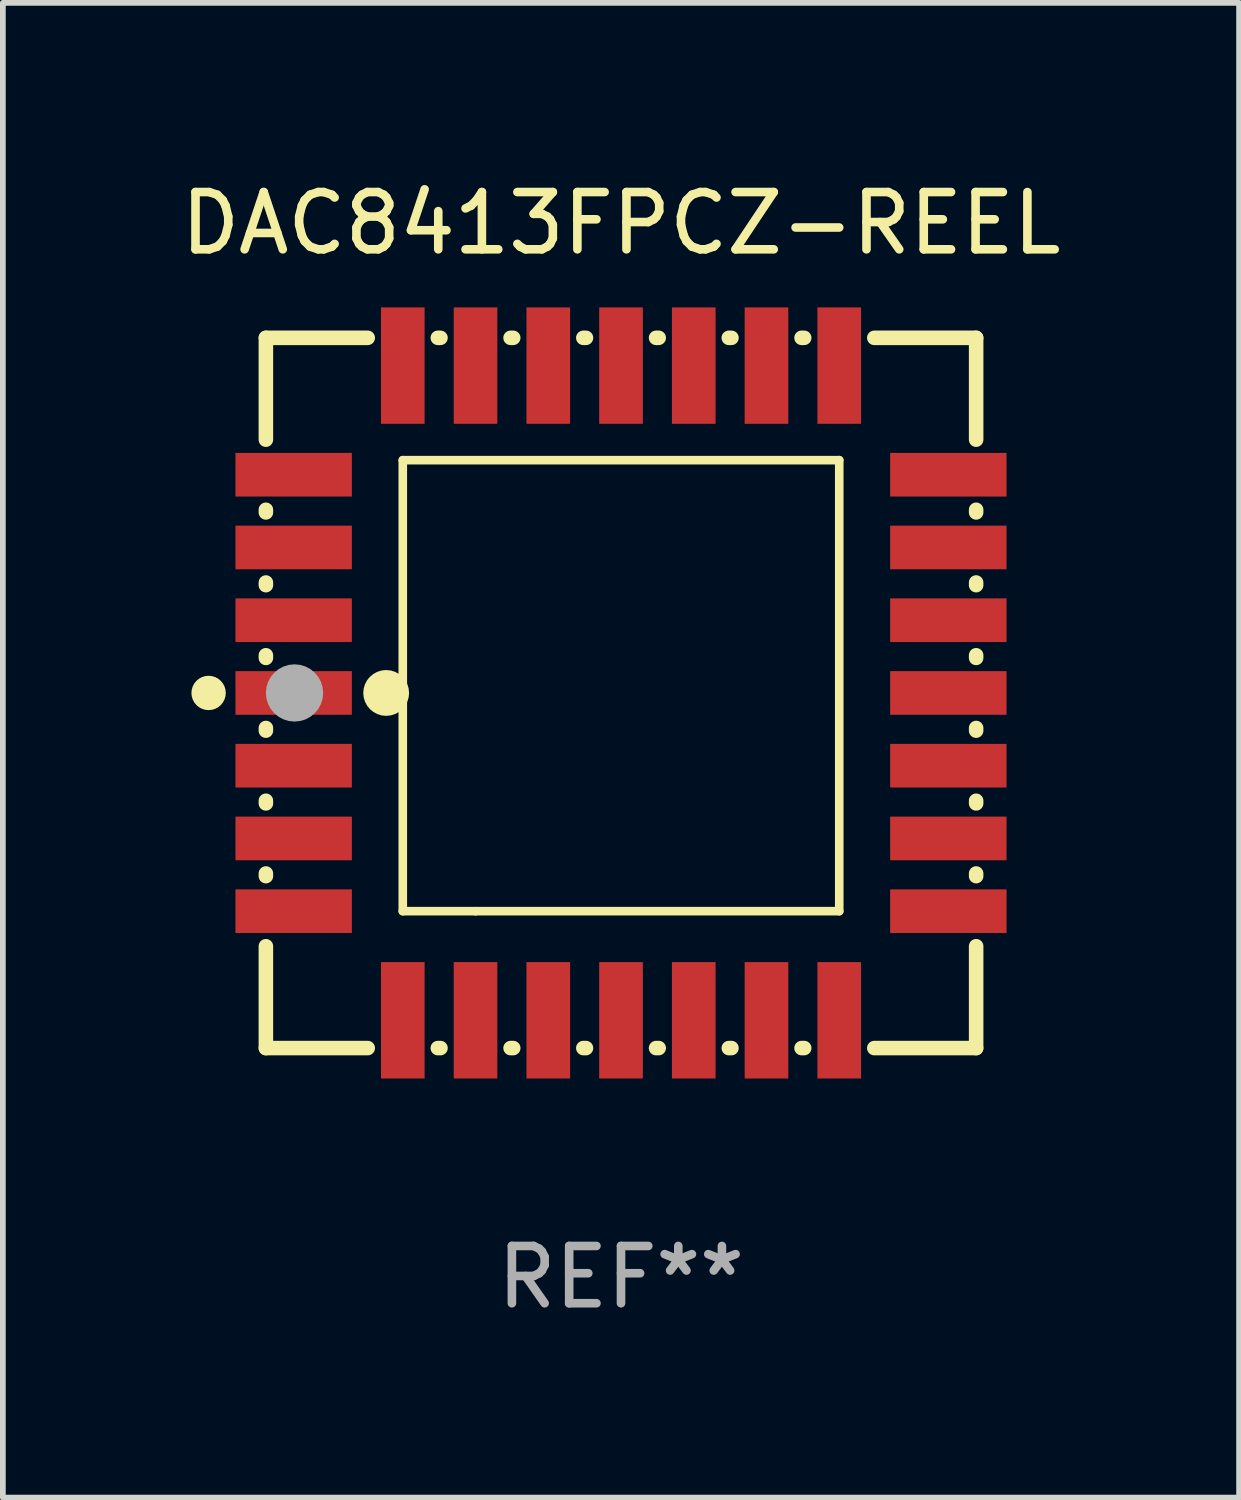
<source format=kicad_pcb>
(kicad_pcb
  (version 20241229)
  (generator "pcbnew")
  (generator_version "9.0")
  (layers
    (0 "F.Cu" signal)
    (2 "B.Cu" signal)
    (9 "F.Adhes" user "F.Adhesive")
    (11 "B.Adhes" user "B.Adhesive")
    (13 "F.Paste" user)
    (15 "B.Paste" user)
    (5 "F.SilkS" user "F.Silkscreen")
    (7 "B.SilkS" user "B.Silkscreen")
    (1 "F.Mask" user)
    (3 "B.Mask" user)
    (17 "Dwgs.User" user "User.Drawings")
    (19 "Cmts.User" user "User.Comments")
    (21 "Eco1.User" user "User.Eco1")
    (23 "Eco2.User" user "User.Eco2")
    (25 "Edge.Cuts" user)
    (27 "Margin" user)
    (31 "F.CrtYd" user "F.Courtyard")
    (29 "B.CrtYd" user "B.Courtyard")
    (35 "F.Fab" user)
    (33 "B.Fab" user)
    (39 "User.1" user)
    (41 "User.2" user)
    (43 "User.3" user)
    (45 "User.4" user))
  (footprint "DAC8413FPCZ-REEL"
    (layer "F.Cu")
    (at 7.792 9.048)
    (property "Reference" "DAC8413FPCZ-REEL" (at 0 -8.2 0) (layer "F.SilkS") (effects (font (size 1 1) (thickness 0.15))))
    (attr through_hole)
    (fp_line (start -6.2 -6.2) (end -4.422 -6.2) (stroke (width 0.254) (type solid)) (layer "F.SilkS"))
    (fp_line (start -6.2 -4.422) (end -6.2 -6.2) (stroke (width 0.254) (type solid)) (layer "F.SilkS"))
    (fp_line (start -6.2 -3.152) (end -6.2 -3.198) (stroke (width 0.254) (type solid)) (layer "F.SilkS"))
    (fp_line (start -6.2 -1.882) (end -6.2 -1.928) (stroke (width 0.254) (type solid)) (layer "F.SilkS"))
    (fp_line (start -6.2 -0.612) (end -6.2 -0.658) (stroke (width 0.254) (type solid)) (layer "F.SilkS"))
    (fp_line (start -6.2 0.658) (end -6.2 0.612) (stroke (width 0.254) (type solid)) (layer "F.SilkS"))
    (fp_line (start -6.2 1.928) (end -6.2 1.882) (stroke (width 0.254) (type solid)) (layer "F.SilkS"))
    (fp_line (start -6.2 3.198) (end -6.2 3.152) (stroke (width 0.254) (type solid)) (layer "F.SilkS"))
    (fp_line (start -6.2 6.2) (end -6.2 4.422) (stroke (width 0.254) (type solid)) (layer "F.SilkS"))
    (fp_line (start -4.422 6.2) (end -6.2 6.2) (stroke (width 0.254) (type solid)) (layer "F.SilkS"))
    (fp_line (start -3.81 -4.064) (end 3.81 -4.064) (stroke (width 0.15) (type solid)) (layer "F.SilkS"))
    (fp_line (start -3.81 3.81) (end -3.81 -4.064) (stroke (width 0.15) (type solid)) (layer "F.SilkS"))
    (fp_line (start -3.198 -6.2) (end -3.152 -6.2) (stroke (width 0.254) (type solid)) (layer "F.SilkS"))
    (fp_line (start -3.152 6.2) (end -3.198 6.2) (stroke (width 0.254) (type solid)) (layer "F.SilkS"))
    (fp_line (start -2.54 3.81) (end -3.81 3.81) (stroke (width 0.15) (type solid)) (layer "F.SilkS"))
    (fp_line (start -1.928 -6.2) (end -1.882 -6.2) (stroke (width 0.254) (type solid)) (layer "F.SilkS"))
    (fp_line (start -1.882 6.2) (end -1.928 6.2) (stroke (width 0.254) (type solid)) (layer "F.SilkS"))
    (fp_line (start -0.658 -6.2) (end -0.612 -6.2) (stroke (width 0.254) (type solid)) (layer "F.SilkS"))
    (fp_line (start -0.612 6.2) (end -0.658 6.2) (stroke (width 0.254) (type solid)) (layer "F.SilkS"))
    (fp_line (start 0.612 -6.2) (end 0.658 -6.2) (stroke (width 0.254) (type solid)) (layer "F.SilkS"))
    (fp_line (start 0.658 6.2) (end 0.612 6.2) (stroke (width 0.254) (type solid)) (layer "F.SilkS"))
    (fp_line (start 1.882 -6.2) (end 1.928 -6.2) (stroke (width 0.254) (type solid)) (layer "F.SilkS"))
    (fp_line (start 1.928 6.2) (end 1.882 6.2) (stroke (width 0.254) (type solid)) (layer "F.SilkS"))
    (fp_line (start 3.152 -6.2) (end 3.198 -6.2) (stroke (width 0.254) (type solid)) (layer "F.SilkS"))
    (fp_line (start 3.198 6.2) (end 3.152 6.2) (stroke (width 0.254) (type solid)) (layer "F.SilkS"))
    (fp_line (start 3.81 -4.064) (end 3.81 3.81) (stroke (width 0.15) (type solid)) (layer "F.SilkS"))
    (fp_line (start 3.81 3.81) (end -2.54 3.81) (stroke (width 0.15) (type solid)) (layer "F.SilkS"))
    (fp_line (start 4.422 -6.2) (end 6.2 -6.2) (stroke (width 0.254) (type solid)) (layer "F.SilkS"))
    (fp_line (start 6.2 -6.2) (end 6.2 -4.422) (stroke (width 0.254) (type solid)) (layer "F.SilkS"))
    (fp_line (start 6.2 -3.198) (end 6.2 -3.152) (stroke (width 0.254) (type solid)) (layer "F.SilkS"))
    (fp_line (start 6.2 -1.928) (end 6.2 -1.882) (stroke (width 0.254) (type solid)) (layer "F.SilkS"))
    (fp_line (start 6.2 -0.658) (end 6.2 -0.612) (stroke (width 0.254) (type solid)) (layer "F.SilkS"))
    (fp_line (start 6.2 0.612) (end 6.2 0.658) (stroke (width 0.254) (type solid)) (layer "F.SilkS"))
    (fp_line (start 6.2 1.882) (end 6.2 1.928) (stroke (width 0.254) (type solid)) (layer "F.SilkS"))
    (fp_line (start 6.2 3.152) (end 6.2 3.198) (stroke (width 0.254) (type solid)) (layer "F.SilkS"))
    (fp_line (start 6.2 4.422) (end 6.2 6.2) (stroke (width 0.254) (type solid)) (layer "F.SilkS"))
    (fp_line (start 6.2 6.2) (end 4.422 6.2) (stroke (width 0.254) (type solid)) (layer "F.SilkS"))
    (fp_circle (center -7.2 0) (end -7.05 0) (stroke (width 0.3) (type solid)) (fill no) (layer "F.SilkS"))
    (fp_circle (center -6.223 6.223) (end -6.193 6.223) (stroke (width 0.06) (type solid)) (fill no) (layer "F.SilkS"))
    (fp_circle (center -4.1 0) (end -3.9 0) (stroke (width 0.4) (type solid)) (fill no) (layer "F.SilkS"))
    (fp_circle (center -5.7 0) (end -5.45 0) (stroke (width 0.5) (type solid)) (fill no) (layer "F.Fab"))
    (fp_text user "REF**" (at 0 10.2 0) (layer "F.Fab") (effects (font (size 1 1) (thickness 0.15))))
    (pad "1" smd rect (at -5.715 0) (size 2.032 0.762) (layers "F.Cu" "F.Mask" "F.Paste"))
    (pad "2" smd rect (at -5.715 1.27) (size 2.032 0.762) (layers "F.Cu" "F.Mask" "F.Paste"))
    (pad "3" smd rect (at -5.715 2.54) (size 2.032 0.762) (layers "F.Cu" "F.Mask" "F.Paste"))
    (pad "4" smd rect (at -5.715 3.81) (size 2.032 0.762) (layers "F.Cu" "F.Mask" "F.Paste"))
    (pad "5" smd rect (at -3.81 5.715) (size 0.762 2.032) (layers "F.Cu" "F.Mask" "F.Paste"))
    (pad "6" smd rect (at -2.54 5.715) (size 0.762 2.032) (layers "F.Cu" "F.Mask" "F.Paste"))
    (pad "7" smd rect (at -1.27 5.715) (size 0.762 2.032) (layers "F.Cu" "F.Mask" "F.Paste"))
    (pad "8" smd rect (at 0 5.715) (size 0.762 2.032) (layers "F.Cu" "F.Mask" "F.Paste"))
    (pad "9" smd rect (at 1.27 5.715) (size 0.762 2.032) (layers "F.Cu" "F.Mask" "F.Paste"))
    (pad "10" smd rect (at 2.54 5.715) (size 0.762 2.032) (layers "F.Cu" "F.Mask" "F.Paste"))
    (pad "11" smd rect (at 3.81 5.715) (size 0.762 2.032) (layers "F.Cu" "F.Mask" "F.Paste"))
    (pad "12" smd rect (at 5.715 3.81) (size 2.032 0.762) (layers "F.Cu" "F.Mask" "F.Paste"))
    (pad "13" smd rect (at 5.715 2.54) (size 2.032 0.762) (layers "F.Cu" "F.Mask" "F.Paste"))
    (pad "14" smd rect (at 5.715 1.27) (size 2.032 0.762) (layers "F.Cu" "F.Mask" "F.Paste"))
    (pad "15" smd rect (at 5.715 0) (size 2.032 0.762) (layers "F.Cu" "F.Mask" "F.Paste"))
    (pad "16" smd rect (at 5.715 -1.27) (size 2.032 0.762) (layers "F.Cu" "F.Mask" "F.Paste"))
    (pad "17" smd rect (at 5.715 -2.54) (size 2.032 0.762) (layers "F.Cu" "F.Mask" "F.Paste"))
    (pad "18" smd rect (at 5.715 -3.81) (size 2.032 0.762) (layers "F.Cu" "F.Mask" "F.Paste"))
    (pad "19" smd rect (at 3.81 -5.715) (size 0.762 2.032) (layers "F.Cu" "F.Mask" "F.Paste"))
    (pad "20" smd rect (at 2.54 -5.715) (size 0.762 2.032) (layers "F.Cu" "F.Mask" "F.Paste"))
    (pad "21" smd rect (at 1.27 -5.715) (size 0.762 2.032) (layers "F.Cu" "F.Mask" "F.Paste"))
    (pad "22" smd rect (at 0 -5.715) (size 0.762 2.032) (layers "F.Cu" "F.Mask" "F.Paste"))
    (pad "23" smd rect (at -1.27 -5.715) (size 0.762 2.032) (layers "F.Cu" "F.Mask" "F.Paste"))
    (pad "24" smd rect (at -2.54 -5.715) (size 0.762 2.032) (layers "F.Cu" "F.Mask" "F.Paste"))
    (pad "25" smd rect (at -3.81 -5.715) (size 0.762 2.032) (layers "F.Cu" "F.Mask" "F.Paste"))
    (pad "26" smd rect (at -5.715 -3.81) (size 2.032 0.762) (layers "F.Cu" "F.Mask" "F.Paste"))
    (pad "27" smd rect (at -5.715 -2.54) (size 2.032 0.762) (layers "F.Cu" "F.Mask" "F.Paste"))
    (pad "28" smd rect (at -5.715 -1.27) (size 2.032 0.762) (layers "F.Cu" "F.Mask" "F.Paste")))
  (gr_rect
    (start -3 -3)
    (end 18.583 23.096)
    (stroke (width 0.1) (type default))
    (fill no)
    (layer "Edge.Cuts")))
</source>
